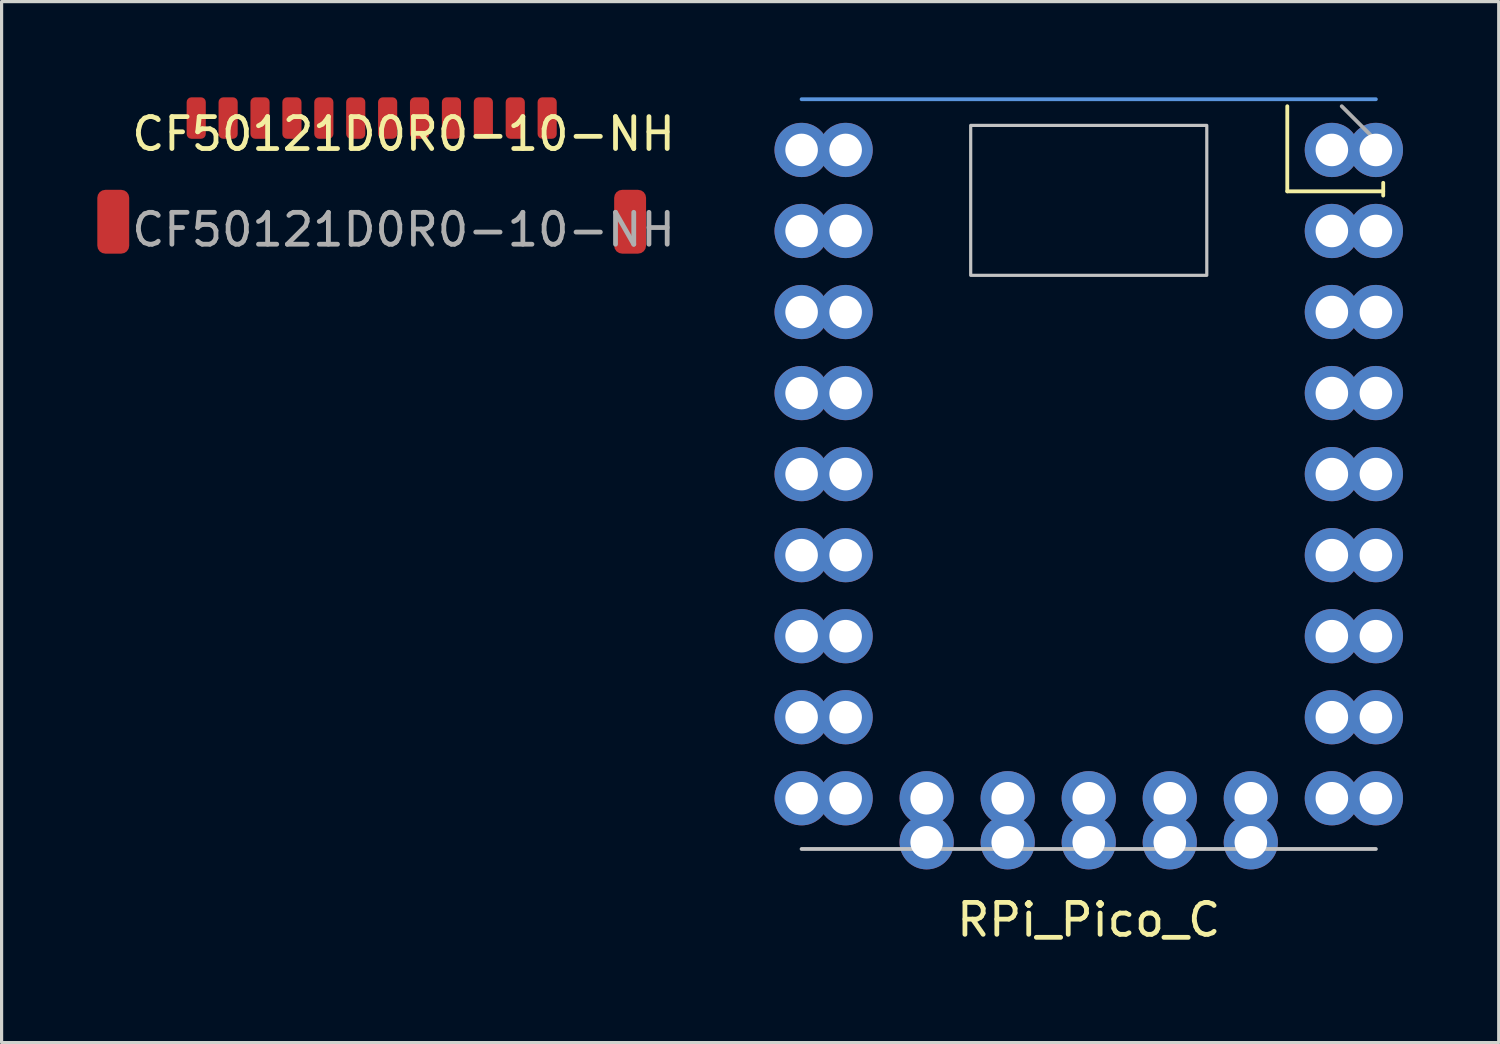
<source format=kicad_pcb>
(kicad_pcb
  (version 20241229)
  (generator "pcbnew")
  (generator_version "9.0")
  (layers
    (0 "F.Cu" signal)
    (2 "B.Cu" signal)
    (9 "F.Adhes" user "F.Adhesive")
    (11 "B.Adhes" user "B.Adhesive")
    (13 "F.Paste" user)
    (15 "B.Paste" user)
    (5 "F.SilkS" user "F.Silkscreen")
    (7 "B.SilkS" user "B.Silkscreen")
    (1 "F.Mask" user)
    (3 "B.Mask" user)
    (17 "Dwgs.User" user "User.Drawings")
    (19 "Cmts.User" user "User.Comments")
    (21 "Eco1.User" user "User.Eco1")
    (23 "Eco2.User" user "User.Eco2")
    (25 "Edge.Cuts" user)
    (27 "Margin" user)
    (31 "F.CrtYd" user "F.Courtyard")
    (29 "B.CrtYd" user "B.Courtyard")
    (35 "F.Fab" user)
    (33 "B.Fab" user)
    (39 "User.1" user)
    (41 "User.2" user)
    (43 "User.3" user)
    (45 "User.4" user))
  (footprint "RPi_Pico_C"
    (layer "F.Cu")
    (at 31.075 25.78)
    (property "Reference" "RPi_Pico_C" (at 0 0 0) (layer "F.SilkS") (effects (font (size 1 1) (thickness 0.15))))
    (attr through_hole)
    (fp_line (start 6.223 -22.833) (end 6.223 -25.5) (stroke (width 0.12) (type solid)) (layer "F.SilkS"))
    (fp_line (start 9.23 -23.1) (end 9.23 -22.7) (stroke (width 0.12) (type solid)) (layer "F.SilkS"))
    (fp_line (start 9.23 -22.833) (end 6.223 -22.833) (stroke (width 0.12) (type solid)) (layer "F.SilkS"))
    (fp_line (start -9 -2.22) (end 9 -2.22) (stroke (width 0.12) (type solid)) (layer "Dwgs.User"))
    (fp_poly (pts (xy 3.7 -20.2) (xy -3.7 -20.2) (xy -3.7 -24.9) (xy 3.7 -24.9)) (stroke (width 0.1) (type solid)) (fill no) (layer "Dwgs.User"))
    (fp_line (start -9 -25.72) (end 9 -25.72) (stroke (width 0.12) (type solid)) (layer "Cmts.User"))
    (fp_line (start 9.23 -24.2) (end 7.93 -25.5) (stroke (width 0.12) (type solid)) (layer "F.Fab"))
    (pad "0" thru_hole oval (at 7.62 -24.13) (size 1.7 1.7) (drill 1.02) (layers "*.Cu" "*.Mask"))
    (pad "0" thru_hole oval (at 9 -24.13) (size 1.7 1.7) (drill 1.02) (layers "*.Cu" "*.Mask"))
    (pad "1" thru_hole oval (at 7.62 -21.59) (size 1.7 1.7) (drill 1.02) (layers "*.Cu" "*.Mask"))
    (pad "1" thru_hole oval (at 9 -21.59) (size 1.7 1.7) (drill 1.02) (layers "*.Cu" "*.Mask"))
    (pad "2" thru_hole oval (at 7.62 -19.05) (size 1.7 1.7) (drill 1.02) (layers "*.Cu" "*.Mask"))
    (pad "2" thru_hole oval (at 9 -19.05) (size 1.7 1.7) (drill 1.02) (layers "*.Cu" "*.Mask"))
    (pad "3" thru_hole oval (at 7.62 -16.51) (size 1.7 1.7) (drill 1.02) (layers "*.Cu" "*.Mask"))
    (pad "3" thru_hole oval (at 9 -16.51) (size 1.7 1.7) (drill 1.02) (layers "*.Cu" "*.Mask"))
    (pad "3V3" thru_hole oval (at -9 -19.05) (size 1.7 1.7) (drill 1.02) (layers "*.Cu" "*.Mask"))
    (pad "3V3" thru_hole oval (at -7.62 -19.05) (size 1.7 1.7) (drill 1.02) (layers "*.Cu" "*.Mask"))
    (pad "4" thru_hole oval (at 7.62 -13.97) (size 1.7 1.7) (drill 1.02) (layers "*.Cu" "*.Mask"))
    (pad "4" thru_hole oval (at 9 -13.97) (size 1.7 1.7) (drill 1.02) (layers "*.Cu" "*.Mask"))
    (pad "5" thru_hole oval (at 7.62 -11.43) (size 1.7 1.7) (drill 1.02) (layers "*.Cu" "*.Mask"))
    (pad "5" thru_hole oval (at 9 -11.43) (size 1.7 1.7) (drill 1.02) (layers "*.Cu" "*.Mask"))
    (pad "5V" thru_hole oval (at -9 -24.13) (size 1.7 1.7) (drill 1.02) (layers "*.Cu" "*.Mask"))
    (pad "5V" thru_hole oval (at -7.62 -24.13) (size 1.7 1.7) (drill 1.02) (layers "*.Cu" "*.Mask"))
    (pad "6" thru_hole oval (at 7.62 -8.89) (size 1.7 1.7) (drill 1.02) (layers "*.Cu" "*.Mask"))
    (pad "6" thru_hole oval (at 9 -8.89) (size 1.7 1.7) (drill 1.02) (layers "*.Cu" "*.Mask"))
    (pad "7" thru_hole oval (at 7.62 -6.35) (size 1.7 1.7) (drill 1.02) (layers "*.Cu" "*.Mask"))
    (pad "7" thru_hole oval (at 9 -6.35) (size 1.7 1.7) (drill 1.02) (layers "*.Cu" "*.Mask"))
    (pad "8" thru_hole oval (at 7.62 -3.81) (size 1.7 1.7) (drill 1.02) (layers "*.Cu" "*.Mask"))
    (pad "8" thru_hole oval (at 9 -3.81) (size 1.7 1.7) (drill 1.02) (layers "*.Cu" "*.Mask"))
    (pad "9" thru_hole oval (at 5.08 -3.81) (size 1.7 1.7) (drill 1.02) (layers "*.Cu" "*.Mask"))
    (pad "9" thru_hole oval (at 5.08 -2.43) (size 1.7 1.7) (drill 1.02) (layers "*.Cu" "*.Mask"))
    (pad "10" thru_hole oval (at 2.54 -3.81) (size 1.7 1.7) (drill 1.02) (layers "*.Cu" "*.Mask"))
    (pad "10" thru_hole oval (at 2.54 -2.43) (size 1.7 1.7) (drill 1.02) (layers "*.Cu" "*.Mask"))
    (pad "11" thru_hole oval (at 0 -3.81) (size 1.7 1.7) (drill 1.02) (layers "*.Cu" "*.Mask"))
    (pad "11" thru_hole oval (at 0 -2.43) (size 1.7 1.7) (drill 1.02) (layers "*.Cu" "*.Mask"))
    (pad "12" thru_hole oval (at -2.54 -3.81) (size 1.7 1.7) (drill 1.02) (layers "*.Cu" "*.Mask"))
    (pad "12" thru_hole oval (at -2.54 -2.43) (size 1.7 1.7) (drill 1.02) (layers "*.Cu" "*.Mask"))
    (pad "13" thru_hole oval (at -5.08 -3.81) (size 1.7 1.7) (drill 1.02) (layers "*.Cu" "*.Mask"))
    (pad "13" thru_hole oval (at -5.08 -2.43) (size 1.7 1.7) (drill 1.02) (layers "*.Cu" "*.Mask"))
    (pad "14" thru_hole oval (at -9 -3.81) (size 1.7 1.7) (drill 1.02) (layers "*.Cu" "*.Mask"))
    (pad "14" thru_hole oval (at -7.62 -3.81) (size 1.7 1.7) (drill 1.02) (layers "*.Cu" "*.Mask"))
    (pad "15" thru_hole oval (at -9 -6.35) (size 1.7 1.7) (drill 1.02) (layers "*.Cu" "*.Mask"))
    (pad "15" thru_hole oval (at -7.62 -6.35) (size 1.7 1.7) (drill 1.02) (layers "*.Cu" "*.Mask"))
    (pad "26" thru_hole oval (at -9 -8.89) (size 1.7 1.7) (drill 1.02) (layers "*.Cu" "*.Mask"))
    (pad "26" thru_hole oval (at -7.62 -8.89) (size 1.7 1.7) (drill 1.02) (layers "*.Cu" "*.Mask"))
    (pad "27" thru_hole oval (at -9 -11.43) (size 1.7 1.7) (drill 1.02) (layers "*.Cu" "*.Mask"))
    (pad "27" thru_hole oval (at -7.62 -11.43) (size 1.7 1.7) (drill 1.02) (layers "*.Cu" "*.Mask"))
    (pad "28" thru_hole oval (at -9 -13.97) (size 1.7 1.7) (drill 1.02) (layers "*.Cu" "*.Mask"))
    (pad "28" thru_hole oval (at -7.62 -13.97) (size 1.7 1.7) (drill 1.02) (layers "*.Cu" "*.Mask"))
    (pad "29" thru_hole oval (at -9 -16.51) (size 1.7 1.7) (drill 1.02) (layers "*.Cu" "*.Mask"))
    (pad "29" thru_hole oval (at -7.62 -16.51) (size 1.7 1.7) (drill 1.02) (layers "*.Cu" "*.Mask"))
    (pad "GND" thru_hole oval (at -9 -21.59) (size 1.7 1.7) (drill 1.02) (layers "*.Cu" "*.Mask"))
    (pad "GND" thru_hole oval (at -7.62 -21.59) (size 1.7 1.7) (drill 1.02) (layers "*.Cu" "*.Mask")))
  (footprint "CF50121D0R0-10-NH"
    (layer "F.Cu")
    (at 8.6 1.65)
    (property "Reference" "CF50121D0R0-10-NH" (at 1 -0.5 0) (unlocked yes) (layer "F.SilkS") (effects (font (size 1 1) (thickness 0.15))))
    (attr smd)
    (fp_text user "${REFERENCE}" (at 1 2.5 0) (unlocked yes) (layer "F.Fab") (effects (font (size 1 1) (thickness 0.15))))
    (pad "1" smd roundrect (at -5.5 -1) (size 0.6 1.3) (layers "F.Cu" "F.Mask" "F.Paste") (roundrect_rratio 0.25))
    (pad "2" smd roundrect (at -4.5 -1) (size 0.6 1.3) (layers "F.Cu" "F.Mask" "F.Paste") (roundrect_rratio 0.25))
    (pad "3" smd roundrect (at -3.5 -1) (size 0.6 1.3) (layers "F.Cu" "F.Mask" "F.Paste") (roundrect_rratio 0.25))
    (pad "4" smd roundrect (at -2.5 -1) (size 0.6 1.3) (layers "F.Cu" "F.Mask" "F.Paste") (roundrect_rratio 0.25))
    (pad "5" smd roundrect (at -1.5 -1) (size 0.6 1.3) (layers "F.Cu" "F.Mask" "F.Paste") (roundrect_rratio 0.25))
    (pad "6" smd roundrect (at -0.5 -1) (size 0.6 1.3) (layers "F.Cu" "F.Mask" "F.Paste") (roundrect_rratio 0.25))
    (pad "7" smd roundrect (at 0.5 -1) (size 0.6 1.3) (layers "F.Cu" "F.Mask" "F.Paste") (roundrect_rratio 0.25))
    (pad "8" smd roundrect (at 1.5 -1) (size 0.6 1.3) (layers "F.Cu" "F.Mask" "F.Paste") (roundrect_rratio 0.25))
    (pad "9" smd roundrect (at 2.5 -1) (size 0.6 1.3) (layers "F.Cu" "F.Mask" "F.Paste") (roundrect_rratio 0.25))
    (pad "10" smd roundrect (at 3.5 -1) (size 0.6 1.3) (layers "F.Cu" "F.Mask" "F.Paste") (roundrect_rratio 0.25))
    (pad "11" smd roundrect (at 4.5 -1) (size 0.6 1.3) (layers "F.Cu" "F.Mask" "F.Paste") (roundrect_rratio 0.25))
    (pad "12" smd roundrect (at 5.5 -1) (size 0.6 1.3) (layers "F.Cu" "F.Mask" "F.Paste") (roundrect_rratio 0.25))
    (pad "MP" smd roundrect (at -8.1 2.25) (size 1 2) (layers "F.Cu" "F.Mask" "F.Paste") (roundrect_rratio 0.25))
    (pad "MP" smd roundrect (at 8.1 2.25) (size 1 2) (layers "F.Cu" "F.Mask" "F.Paste") (roundrect_rratio 0.25)))
  (gr_rect
    (start -3 -3)
    (end 43.925 29.628)
    (stroke (width 0.1) (type default))
    (fill no)
    (layer "Edge.Cuts")))
</source>
